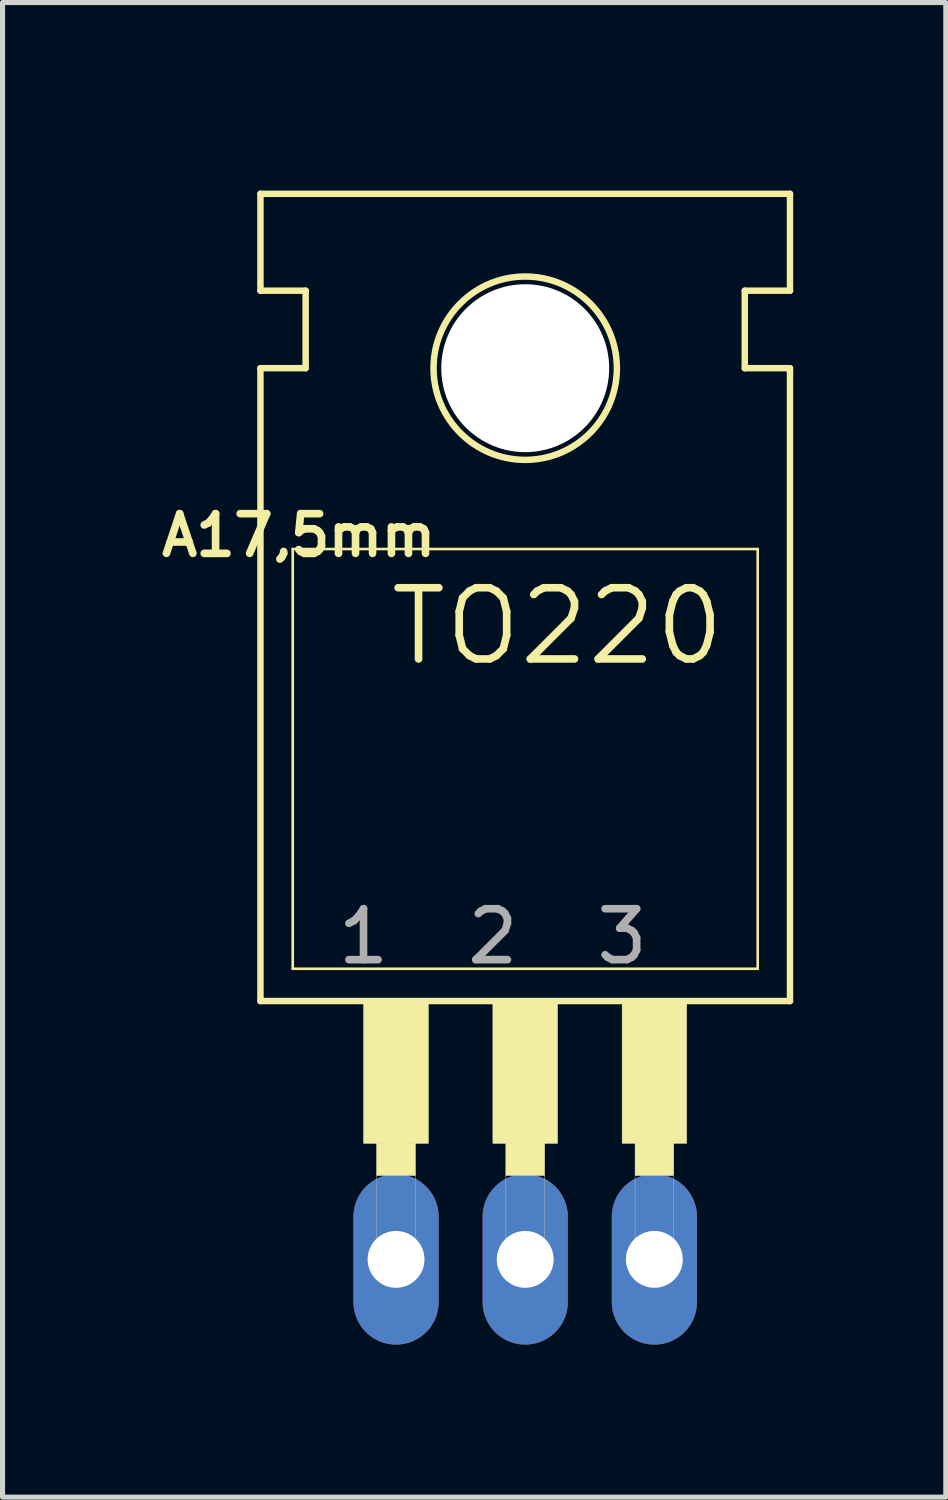
<source format=kicad_pcb>
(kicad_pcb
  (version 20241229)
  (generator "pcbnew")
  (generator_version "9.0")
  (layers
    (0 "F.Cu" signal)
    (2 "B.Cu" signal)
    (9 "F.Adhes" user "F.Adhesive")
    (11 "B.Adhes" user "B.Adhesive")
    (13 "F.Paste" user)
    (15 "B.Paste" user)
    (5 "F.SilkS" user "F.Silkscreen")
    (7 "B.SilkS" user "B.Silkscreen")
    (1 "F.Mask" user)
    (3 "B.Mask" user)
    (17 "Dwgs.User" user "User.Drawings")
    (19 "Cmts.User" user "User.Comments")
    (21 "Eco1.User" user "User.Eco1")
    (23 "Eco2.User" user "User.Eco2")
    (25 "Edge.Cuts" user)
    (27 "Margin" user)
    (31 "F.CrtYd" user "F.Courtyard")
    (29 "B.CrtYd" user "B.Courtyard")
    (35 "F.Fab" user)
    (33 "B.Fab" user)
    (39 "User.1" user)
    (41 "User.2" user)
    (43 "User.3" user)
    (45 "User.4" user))
  (footprint "TO220"
    (layer "F.Cu")
    (at 7.279 15.367)
    (property "Reference" "TO220" (at 0.635 -6.098 0) (layer "F.SilkS") (effects (font (size 1.4 1.4) (thickness 0.15))))
    (attr through_hole)
    (fp_line (start -5.207 -12.7) (end -5.207 -14.605) (stroke (width 0.127) (type solid)) (layer "F.SilkS"))
    (fp_line (start -5.207 -11.176) (end -4.318 -11.176) (stroke (width 0.127) (type solid)) (layer "F.SilkS"))
    (fp_line (start -5.207 1.27) (end -5.207 -11.176) (stroke (width 0.127) (type solid)) (layer "F.SilkS"))
    (fp_line (start -5.207 1.27) (end 5.207 1.27) (stroke (width 0.127) (type solid)) (layer "F.SilkS"))
    (fp_line (start -4.572 0.635) (end -4.572 -7.62) (stroke (width 0.051) (type solid)) (layer "F.SilkS"))
    (fp_line (start -4.572 0.635) (end 4.572 0.635) (stroke (width 0.051) (type solid)) (layer "F.SilkS"))
    (fp_line (start -4.318 -12.7) (end -5.207 -12.7) (stroke (width 0.127) (type solid)) (layer "F.SilkS"))
    (fp_line (start -4.318 -11.176) (end -4.318 -12.7) (stroke (width 0.127) (type solid)) (layer "F.SilkS"))
    (fp_line (start 4.318 -12.7) (end 5.207 -12.7) (stroke (width 0.127) (type solid)) (layer "F.SilkS"))
    (fp_line (start 4.318 -11.176) (end 4.318 -12.7) (stroke (width 0.127) (type solid)) (layer "F.SilkS"))
    (fp_line (start 4.572 -7.62) (end -4.572 -7.62) (stroke (width 0.051) (type solid)) (layer "F.SilkS"))
    (fp_line (start 4.572 -7.62) (end 4.572 0.635) (stroke (width 0.051) (type solid)) (layer "F.SilkS"))
    (fp_line (start 5.207 -14.605) (end -5.207 -14.605) (stroke (width 0.127) (type solid)) (layer "F.SilkS"))
    (fp_line (start 5.207 -12.7) (end 5.207 -14.605) (stroke (width 0.127) (type solid)) (layer "F.SilkS"))
    (fp_line (start 5.207 -11.176) (end 4.318 -11.176) (stroke (width 0.127) (type solid)) (layer "F.SilkS"))
    (fp_line (start 5.207 1.27) (end 5.207 -11.176) (stroke (width 0.127) (type solid)) (layer "F.SilkS"))
    (fp_circle (center 0 -11.176) (end 1.803 -11.176) (stroke (width 0.127) (type solid)) (fill no) (layer "F.SilkS"))
    (fp_poly (pts (xy -3.178 1.27) (xy -1.905 1.27) (xy -1.905 4.068) (xy -3.178 4.068)) (stroke (width 0.01) (type solid)) (fill yes) (layer "F.SilkS"))
    (fp_poly (pts (xy -2.922 4.064) (xy -2.159 4.064) (xy -2.159 4.7) (xy -2.922 4.7)) (stroke (width 0.01) (type solid)) (fill yes) (layer "F.SilkS"))
    (fp_poly (pts (xy -0.636 1.27) (xy 0.635 1.27) (xy 0.635 4.068) (xy -0.636 4.068)) (stroke (width 0.01) (type solid)) (fill yes) (layer "F.SilkS"))
    (fp_poly (pts (xy -0.381 4.064) (xy 0.381 4.064) (xy 0.381 4.7) (xy -0.381 4.7)) (stroke (width 0.01) (type solid)) (fill yes) (layer "F.SilkS"))
    (fp_poly (pts (xy 1.906 1.27) (xy 3.175 1.27) (xy 3.175 4.067) (xy 1.906 4.067)) (stroke (width 0.01) (type solid)) (fill yes) (layer "F.SilkS"))
    (fp_poly (pts (xy 2.161 4.064) (xy 2.921 4.064) (xy 2.921 4.703) (xy 2.161 4.703)) (stroke (width 0.01) (type solid)) (fill yes) (layer "F.SilkS"))
    (fp_poly (pts (xy -2.921 4.699) (xy -2.159 4.699) (xy -2.159 6.605) (xy -2.921 6.605)) (stroke (width 0.01) (type solid)) (fill no) (layer "F.Fab"))
    (fp_poly (pts (xy -0.382 4.699) (xy 0.381 4.699) (xy 0.381 6.616) (xy -0.382 6.616)) (stroke (width 0.01) (type solid)) (fill no) (layer "F.Fab"))
    (fp_poly (pts (xy 2.161 4.699) (xy 2.921 4.699) (xy 2.921 6.609) (xy 2.161 6.609)) (stroke (width 0.01) (type solid)) (fill no) (layer "F.Fab"))
    (fp_text user "A17,5mm" (at -4.453 -7.888 0) (layer "F.SilkS") (effects (font (size 0.781 0.781) (thickness 0.15))))
    (fp_text user "2" (at -0.636 0 0) (layer "F.Fab") (effects (font (size 1.001 1.001) (thickness 0.15))))
    (fp_text user "1" (at -3.18 0 0) (layer "F.Fab") (effects (font (size 1.002 1.002) (thickness 0.15))))
    (fp_text user "3" (at 1.905 0 0) (layer "F.Fab") (effects (font (size 1 1) (thickness 0.15))))
    (pad "" np_thru_hole circle (at 0 -11.176) (size 3.302 3.302) (drill 3.302) (layers "*.Cu" "*.Mask"))
    (pad "1" thru_hole oval (at -2.54 6.35) (size 1.676 3.353) (drill 1.118) (layers "*.Cu" "*.Mask"))
    (pad "2" thru_hole oval (at 0 6.35) (size 1.676 3.353) (drill 1.118) (layers "*.Cu" "*.Mask"))
    (pad "3" thru_hole oval (at 2.54 6.35) (size 1.676 3.353) (drill 1.118) (layers "*.Cu" "*.Mask"))
    (zone (net_name "") (layers "F.Cu" "B.Cu") (hatch full 0.508) (connect_pads) (min_thickness 0) (filled_areas_thickness no) (keepout (tracks allowed) (vias not_allowed) (pads allowed) (copperpour allowed) (footprints allowed)) (placement (enabled no)) (fill) (polygon (pts (xy 11.47 4.191) (xy 11.45 4.602) (xy 11.39 5.009) (xy 11.29 5.408) (xy 11.151 5.795) (xy 10.975 6.167) (xy 10.764 6.519) (xy 10.519 6.85) (xy 10.243 7.154) (xy 9.938 7.431) (xy 9.608 7.676) (xy 9.255 7.887) (xy 8.883 8.063) (xy 8.496 8.202) (xy 8.097 8.301) (xy 7.69 8.362) (xy 7.279 8.382) (xy 6.868 8.362) (xy 6.461 8.301) (xy 6.063 8.202) (xy 5.675 8.063) (xy 5.303 7.887) (xy 4.951 7.676) (xy 4.62 7.431) (xy 4.316 7.154) (xy 4.039 6.85) (xy 3.794 6.519) (xy 3.583 6.167) (xy 3.407 5.795) (xy 3.269 5.408) (xy 3.169 5.009) (xy 3.108 4.602) (xy 3.088 4.191) (xy 3.108 3.78) (xy 3.169 3.373) (xy 3.269 2.974) (xy 3.407 2.587) (xy 3.583 2.215) (xy 3.794 1.863) (xy 4.039 1.532) (xy 4.316 1.228) (xy 4.62 0.951) (xy 4.951 0.706) (xy 5.303 0.495) (xy 5.675 0.319) (xy 6.063 0.18) (xy 6.461 0.081) (xy 6.868 0.02) (xy 7.279 0) (xy 7.69 0.02) (xy 8.097 0.081) (xy 8.496 0.18) (xy 8.883 0.319) (xy 9.255 0.495) (xy 9.608 0.706) (xy 9.938 0.951) (xy 10.243 1.228) (xy 10.519 1.532) (xy 10.764 1.863) (xy 10.975 2.215) (xy 11.151 2.587) (xy 11.29 2.974) (xy 11.39 3.373) (xy 11.45 3.78))))
    (zone (net_name "") (layer "B.Cu") (hatch full 0.508) (connect_pads) (min_thickness 0) (filled_areas_thickness no) (keepout (tracks not_allowed) (vias not_allowed) (pads not_allowed) (copperpour not_allowed) (footprints allowed)) (placement (enabled no)) (fill) (polygon (pts (xy 11.47 4.191) (xy 11.45 4.602) (xy 11.39 5.009) (xy 11.29 5.408) (xy 11.151 5.795) (xy 10.975 6.167) (xy 10.764 6.519) (xy 10.519 6.85) (xy 10.243 7.154) (xy 9.938 7.431) (xy 9.608 7.676) (xy 9.255 7.887) (xy 8.883 8.063) (xy 8.496 8.202) (xy 8.097 8.301) (xy 7.69 8.362) (xy 7.279 8.382) (xy 6.868 8.362) (xy 6.461 8.301) (xy 6.063 8.202) (xy 5.675 8.063) (xy 5.303 7.887) (xy 4.951 7.676) (xy 4.62 7.431) (xy 4.316 7.154) (xy 4.039 6.85) (xy 3.794 6.519) (xy 3.583 6.167) (xy 3.407 5.795) (xy 3.269 5.408) (xy 3.169 5.009) (xy 3.108 4.602) (xy 3.088 4.191) (xy 3.108 3.78) (xy 3.169 3.373) (xy 3.269 2.974) (xy 3.407 2.587) (xy 3.583 2.215) (xy 3.794 1.863) (xy 4.039 1.532) (xy 4.316 1.228) (xy 4.62 0.951) (xy 4.951 0.706) (xy 5.303 0.495) (xy 5.675 0.319) (xy 6.063 0.18) (xy 6.461 0.081) (xy 6.868 0.02) (xy 7.279 0) (xy 7.69 0.02) (xy 8.097 0.081) (xy 8.496 0.18) (xy 8.883 0.319) (xy 9.255 0.495) (xy 9.608 0.706) (xy 9.938 0.951) (xy 10.243 1.228) (xy 10.519 1.532) (xy 10.764 1.863) (xy 10.975 2.215) (xy 11.151 2.587) (xy 11.29 2.974) (xy 11.39 3.373) (xy 11.45 3.78)))))
  (gr_rect
    (start -3 -3)
    (end 15.55 26.393)
    (stroke (width 0.1) (type default))
    (fill no)
    (layer "Edge.Cuts")))
</source>
